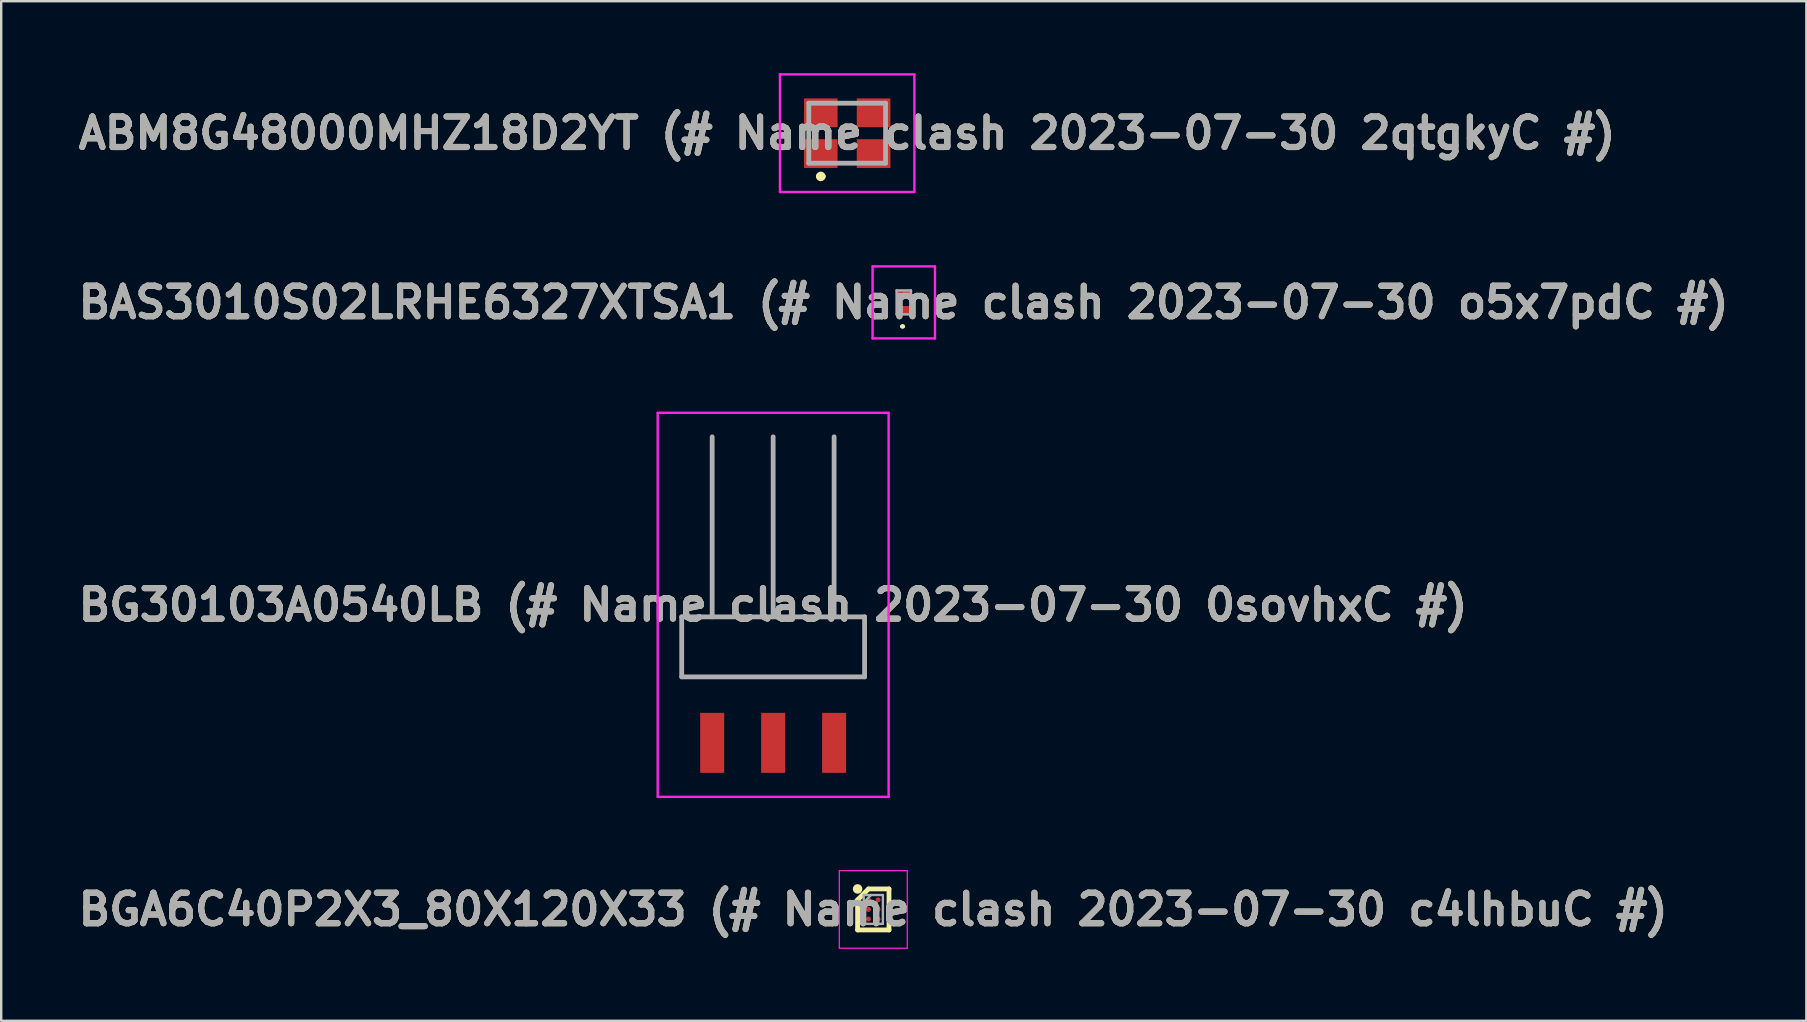
<source format=kicad_pcb>
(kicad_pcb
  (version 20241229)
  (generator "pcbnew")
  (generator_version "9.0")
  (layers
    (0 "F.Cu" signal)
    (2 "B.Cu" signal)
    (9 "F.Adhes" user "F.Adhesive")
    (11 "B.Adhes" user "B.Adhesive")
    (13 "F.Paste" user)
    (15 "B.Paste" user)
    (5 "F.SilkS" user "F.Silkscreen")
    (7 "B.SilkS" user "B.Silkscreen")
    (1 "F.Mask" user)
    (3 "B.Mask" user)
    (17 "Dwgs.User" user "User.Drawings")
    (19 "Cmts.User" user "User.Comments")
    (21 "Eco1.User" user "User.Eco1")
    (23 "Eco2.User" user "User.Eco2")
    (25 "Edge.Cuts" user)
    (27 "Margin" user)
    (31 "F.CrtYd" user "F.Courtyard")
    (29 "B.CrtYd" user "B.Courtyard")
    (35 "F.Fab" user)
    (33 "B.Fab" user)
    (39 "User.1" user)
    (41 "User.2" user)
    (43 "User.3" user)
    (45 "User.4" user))
  (footprint "BAS3010S02LRHE6327XTSA1 (# Name clash 2023-07-30 o5x7pdC #)"
    (layer "F.Cu")
    (at 34.604 9.55)
    (property "Reference" "BAS3010S02LRHE6327XTSA1 (# Name clash 2023-07-30 o5x7pdC #)" (at 0 0 0) (layer "F.SilkS") (effects (font (size 1.27 1.27) (thickness 0.254))))
    (attr smd)
    (fp_line (start -0.1 1) (end -0.1 1) (stroke (width 0.1) (type solid)) (layer "F.SilkS"))
    (fp_line (start 0 1) (end 0 1) (stroke (width 0.1) (type solid)) (layer "F.SilkS"))
    (fp_arc (start -0.1 1) (mid -0.05 0.95) (end 0 1) (stroke (width 0.1) (type solid)) (layer "F.SilkS"))
    (fp_arc (start 0 1) (mid -0.05 1.05) (end -0.1 1) (stroke (width 0.1) (type solid)) (layer "F.SilkS"))
    (fp_line (start -1.3 -1.5) (end 1.3 -1.5) (stroke (width 0.1) (type solid)) (layer "F.CrtYd"))
    (fp_line (start -1.3 1.5) (end -1.3 -1.5) (stroke (width 0.1) (type solid)) (layer "F.CrtYd"))
    (fp_line (start 1.3 -1.5) (end 1.3 1.5) (stroke (width 0.1) (type solid)) (layer "F.CrtYd"))
    (fp_line (start 1.3 1.5) (end -1.3 1.5) (stroke (width 0.1) (type solid)) (layer "F.CrtYd"))
    (fp_line (start -0.3 -0.5) (end 0.3 -0.5) (stroke (width 0.1) (type solid)) (layer "F.Fab"))
    (fp_line (start -0.3 0.5) (end -0.3 -0.5) (stroke (width 0.1) (type solid)) (layer "F.Fab"))
    (fp_line (start 0.3 -0.5) (end 0.3 0.5) (stroke (width 0.1) (type solid)) (layer "F.Fab"))
    (fp_line (start 0.3 0.5) (end -0.3 0.5) (stroke (width 0.1) (type solid)) (layer "F.Fab"))
    (fp_text user "${REFERENCE}" (at 0 0 0) (layer "F.Fab") (effects (font (size 1.27 1.27) (thickness 0.254))))
    (pad "1" smd rect (at 0 0.325 90) (size 0.35 0.6) (layers "F.Cu" "F.Mask" "F.Paste"))
    (pad "2" smd rect (at 0 -0.325 90) (size 0.35 0.6) (layers "F.Cu" "F.Mask" "F.Paste")))
  (footprint "ABM8G48000MHZ18D2YT (# Name clash 2023-07-30 2qtgkyC #)"
    (layer "F.Cu")
    (at 32.246 2.5)
    (property "Reference" "ABM8G48000MHZ18D2YT (# Name clash 2023-07-30 2qtgkyC #)" (at 0 0 0) (layer "F.SilkS") (effects (font (size 1.27 1.27) (thickness 0.254))))
    (attr smd)
    (fp_line (start -1.2 1.8) (end -1.2 1.8) (stroke (width 0.2) (type solid)) (layer "F.SilkS"))
    (fp_line (start -1 1.8) (end -1 1.8) (stroke (width 0.2) (type solid)) (layer "F.SilkS"))
    (fp_line (start -0.2 -1.25) (end 0.2 -1.25) (stroke (width 0.1) (type solid)) (layer "F.SilkS"))
    (fp_line (start -0.2 1.25) (end 0.2 1.25) (stroke (width 0.1) (type solid)) (layer "F.SilkS"))
    (fp_arc (start -1.2 1.8) (mid -1.1 1.7) (end -1 1.8) (stroke (width 0.2) (type solid)) (layer "F.SilkS"))
    (fp_arc (start -1 1.8) (mid -1.1 1.9) (end -1.2 1.8) (stroke (width 0.2) (type solid)) (layer "F.SilkS"))
    (fp_line (start -2.8 -2.45) (end 2.8 -2.45) (stroke (width 0.1) (type solid)) (layer "F.CrtYd"))
    (fp_line (start -2.8 2.45) (end -2.8 -2.45) (stroke (width 0.1) (type solid)) (layer "F.CrtYd"))
    (fp_line (start 2.8 -2.45) (end 2.8 2.45) (stroke (width 0.1) (type solid)) (layer "F.CrtYd"))
    (fp_line (start 2.8 2.45) (end -2.8 2.45) (stroke (width 0.1) (type solid)) (layer "F.CrtYd"))
    (fp_line (start -1.6 -1.25) (end 1.6 -1.25) (stroke (width 0.2) (type solid)) (layer "F.Fab"))
    (fp_line (start -1.6 1.25) (end -1.6 -1.25) (stroke (width 0.2) (type solid)) (layer "F.Fab"))
    (fp_line (start 1.6 -1.25) (end 1.6 1.25) (stroke (width 0.2) (type solid)) (layer "F.Fab"))
    (fp_line (start 1.6 1.25) (end -1.6 1.25) (stroke (width 0.2) (type solid)) (layer "F.Fab"))
    (fp_text user "${REFERENCE}" (at 0 0 0) (layer "F.Fab") (effects (font (size 1.27 1.27) (thickness 0.254))))
    (pad "1" smd rect (at -1.1 0.85 90) (size 1.2 1.4) (layers "F.Cu" "F.Mask" "F.Paste"))
    (pad "2" smd rect (at 1.1 0.85 90) (size 1.2 1.4) (layers "F.Cu" "F.Mask" "F.Paste"))
    (pad "3" smd rect (at 1.1 -0.85 90) (size 1.2 1.4) (layers "F.Cu" "F.Mask" "F.Paste"))
    (pad "4" smd rect (at -1.1 -0.85 90) (size 1.2 1.4) (layers "F.Cu" "F.Mask" "F.Paste")))
  (footprint "BG30103A0540LB (# Name clash 2023-07-30 0sovhxC #)"
    (layer "F.Cu")
    (at 29.162 21.525)
    (property "Reference" "BG30103A0540LB (# Name clash 2023-07-30 0sovhxC #)" (at 0 0.625 0) (layer "F.SilkS") (effects (font (size 1.27 1.27) (thickness 0.254))))
    (attr smd)
    (fp_line (start -3.81 1.125) (end -3.81 3.625) (stroke (width 0.1) (type solid)) (layer "F.SilkS"))
    (fp_line (start -3.81 3.625) (end 3.81 3.625) (stroke (width 0.1) (type solid)) (layer "F.SilkS"))
    (fp_line (start -2.54 -6.375) (end -2.54 1.125) (stroke (width 0.1) (type solid)) (layer "F.SilkS"))
    (fp_line (start -2.54 1.125) (end -3.81 1.125) (stroke (width 0.1) (type solid)) (layer "F.SilkS"))
    (fp_line (start -2.54 1.125) (end 2.54 1.125) (stroke (width 0.1) (type solid)) (layer "F.SilkS"))
    (fp_line (start 0 1.125) (end 0 -6.375) (stroke (width 0.1) (type solid)) (layer "F.SilkS"))
    (fp_line (start 2.54 1.125) (end 2.54 -6.375) (stroke (width 0.1) (type solid)) (layer "F.SilkS"))
    (fp_line (start 3.81 1.125) (end 2.54 1.125) (stroke (width 0.1) (type solid)) (layer "F.SilkS"))
    (fp_line (start 3.81 3.625) (end 3.81 1.125) (stroke (width 0.1) (type solid)) (layer "F.SilkS"))
    (fp_line (start -4.81 -7.375) (end 4.81 -7.375) (stroke (width 0.1) (type solid)) (layer "F.CrtYd"))
    (fp_line (start -4.81 8.625) (end -4.81 -7.375) (stroke (width 0.1) (type solid)) (layer "F.CrtYd"))
    (fp_line (start 4.81 -7.375) (end 4.81 8.625) (stroke (width 0.1) (type solid)) (layer "F.CrtYd"))
    (fp_line (start 4.81 8.625) (end -4.81 8.625) (stroke (width 0.1) (type solid)) (layer "F.CrtYd"))
    (fp_line (start -3.81 1.125) (end 3.81 1.125) (stroke (width 0.2) (type solid)) (layer "F.Fab"))
    (fp_line (start -3.81 3.625) (end -3.81 1.125) (stroke (width 0.2) (type solid)) (layer "F.Fab"))
    (fp_line (start -2.54 1.125) (end -2.54 -6.375) (stroke (width 0.2) (type solid)) (layer "F.Fab"))
    (fp_line (start 0 1.125) (end 0 -6.375) (stroke (width 0.2) (type solid)) (layer "F.Fab"))
    (fp_line (start 2.54 1.125) (end 2.54 -6.375) (stroke (width 0.2) (type solid)) (layer "F.Fab"))
    (fp_line (start 3.81 1.125) (end 3.81 3.625) (stroke (width 0.2) (type solid)) (layer "F.Fab"))
    (fp_line (start 3.81 3.625) (end -3.81 3.625) (stroke (width 0.2) (type solid)) (layer "F.Fab"))
    (fp_text user "${REFERENCE}" (at 0 0.625 0) (layer "F.Fab") (effects (font (size 1.27 1.27) (thickness 0.254))))
    (pad "1" smd rect (at -2.54 6.375) (size 1 2.5) (layers "F.Cu" "F.Mask" "F.Paste"))
    (pad "2" smd rect (at 0 6.375) (size 1 2.5) (layers "F.Cu" "F.Mask" "F.Paste"))
    (pad "3" smd rect (at 2.54 6.375) (size 1 2.5) (layers "F.Cu" "F.Mask" "F.Paste")))
  (footprint "BGA6C40P2X3_80X120X33 (# Name clash 2023-07-30 c4lhbuC #)"
    (layer "F.Cu")
    (at 33.334 34.84)
    (property "Reference" "BGA6C40P2X3_80X120X33 (# Name clash 2023-07-30 c4lhbuC #)" (at 0 0 0) (layer "F.SilkS") (effects (font (size 1.27 1.27) (thickness 0.254))))
    (attr smd)
    (fp_line (start -0.654 -0.4) (end -0.2 -0.854) (stroke (width 0.2) (type solid)) (layer "F.SilkS"))
    (fp_line (start -0.654 0.854) (end -0.654 -0.4) (stroke (width 0.2) (type solid)) (layer "F.SilkS"))
    (fp_line (start -0.2 -0.854) (end 0.654 -0.854) (stroke (width 0.2) (type solid)) (layer "F.SilkS"))
    (fp_line (start 0.654 -0.854) (end 0.654 0.854) (stroke (width 0.2) (type solid)) (layer "F.SilkS"))
    (fp_line (start 0.654 0.854) (end -0.654 0.854) (stroke (width 0.2) (type solid)) (layer "F.SilkS"))
    (fp_circle (center -0.654 -0.854) (end -0.654 -0.754) (stroke (width 0.2) (type solid)) (fill no) (layer "F.SilkS"))
    (fp_line (start -1.415 -1.615) (end 1.415 -1.615) (stroke (width 0.05) (type solid)) (layer "F.CrtYd"))
    (fp_line (start -1.415 1.615) (end -1.415 -1.615) (stroke (width 0.05) (type solid)) (layer "F.CrtYd"))
    (fp_line (start 1.415 -1.615) (end 1.415 1.615) (stroke (width 0.05) (type solid)) (layer "F.CrtYd"))
    (fp_line (start 1.415 1.615) (end -1.415 1.615) (stroke (width 0.05) (type solid)) (layer "F.CrtYd"))
    (fp_line (start -0.4 -0.6) (end 0.4 -0.6) (stroke (width 0.1) (type solid)) (layer "F.Fab"))
    (fp_line (start -0.4 -0.292) (end -0.092 -0.6) (stroke (width 0.1) (type solid)) (layer "F.Fab"))
    (fp_line (start -0.4 0.6) (end -0.4 -0.6) (stroke (width 0.1) (type solid)) (layer "F.Fab"))
    (fp_line (start 0.4 -0.6) (end 0.4 0.6) (stroke (width 0.1) (type solid)) (layer "F.Fab"))
    (fp_line (start 0.4 0.6) (end -0.4 0.6) (stroke (width 0.1) (type solid)) (layer "F.Fab"))
    (fp_text user "${REFERENCE}" (at 0 0 0) (layer "F.Fab") (effects (font (size 1.27 1.27) (thickness 0.254))))
    (pad "A1" smd circle (at -0.2 -0.4 90) (size 0.208 0.208) (layers "F.Cu" "F.Mask" "F.Paste"))
    (pad "A2" smd circle (at 0.2 -0.4 90) (size 0.208 0.208) (layers "F.Cu" "F.Mask" "F.Paste"))
    (pad "B1" smd circle (at -0.2 0 90) (size 0.208 0.208) (layers "F.Cu" "F.Mask" "F.Paste"))
    (pad "B2" smd circle (at 0.2 0 90) (size 0.208 0.208) (layers "F.Cu" "F.Mask" "F.Paste"))
    (pad "C1" smd circle (at -0.2 0.4 90) (size 0.208 0.208) (layers "F.Cu" "F.Mask" "F.Paste"))
    (pad "C2" smd circle (at 0.2 0.4 90) (size 0.208 0.208) (layers "F.Cu" "F.Mask" "F.Paste")))
  (gr_rect
    (start -3 -3)
    (end 72.209 39.48)
    (stroke (width 0.1) (type default))
    (fill no)
    (layer "Edge.Cuts")))
</source>
